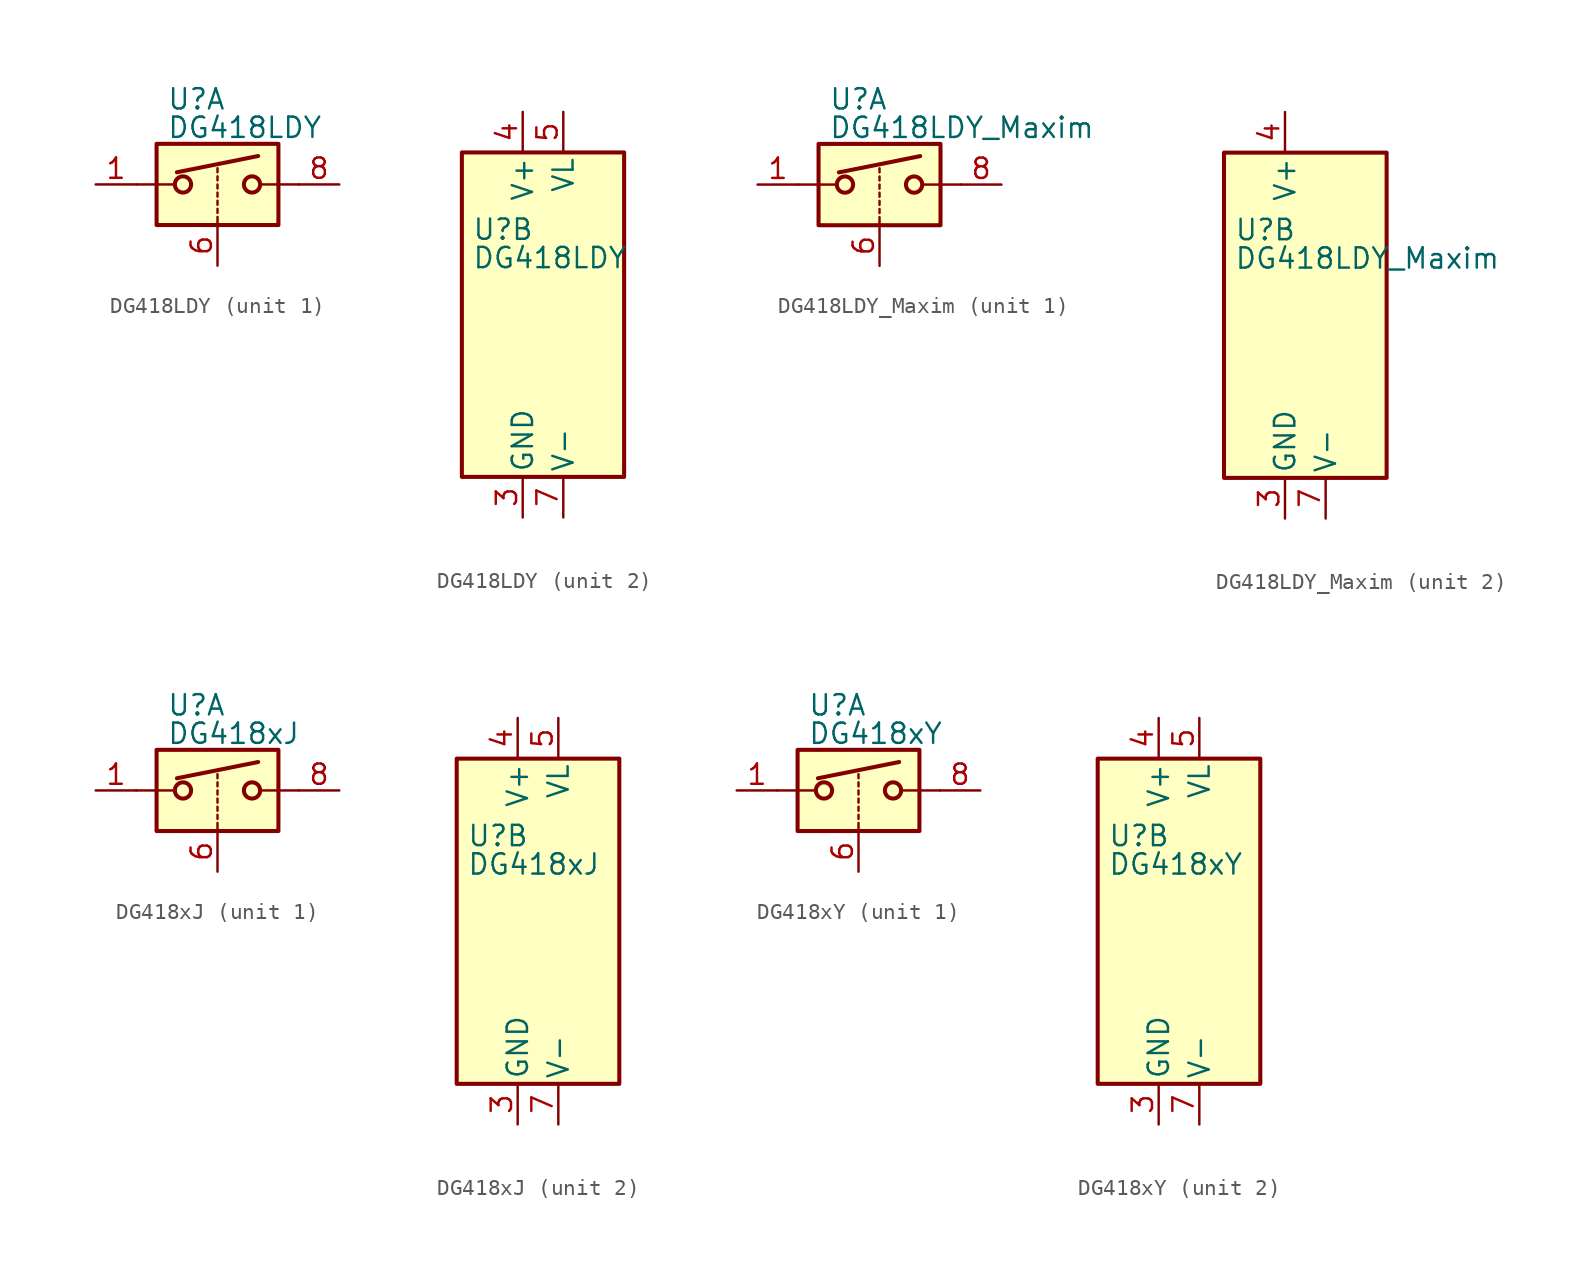
<source format=kicad_sym>
(kicad_symbol_lib
  (version 20201005)
  (generator kicad_symbol_editor)
  (symbol "DG418LDY"
    (pin_names
      (offset 0.254))
    (property "Reference" "U"
      (at -3.175 5.334 0)
      (effects (font (size 1.27 1.27)) (justify left)))
    (property "Value" "DG418LDY"
      (at -3.175 3.556 0)
      (effects (font (size 1.27 1.27)) (justify left)))
    (symbol "DG418LDY_1_1"
      (circle (center -2.159 0) (radius 0.508) (stroke (width 0.254)) (fill (type none)))
      (circle (center 2.159 0) (radius 0.508) (stroke (width 0.254)) (fill (type none)))
      (rectangle (start -3.81 2.54) (end 3.81 -2.54) (stroke (width 0.254)) (fill (type background)))
      (polyline (pts (xy -5.08 0) (xy -2.794 0)) (stroke (width 0)) (fill (type none)))
      (polyline (pts (xy -2.54 0.762) (xy 2.54 1.778)) (stroke (width 0.254)) (fill (type none)))
      (polyline (pts (xy 0 -2.54) (xy 0 -2.032)) (stroke (width 0)) (fill (type none)))
      (polyline (pts (xy 0 -1.778) (xy 0 -1.524)) (stroke (width 0)) (fill (type none)))
      (polyline (pts (xy 0 -1.27) (xy 0 -1.016)) (stroke (width 0)) (fill (type none)))
      (polyline (pts (xy 0 -0.762) (xy 0 -0.508)) (stroke (width 0)) (fill (type none)))
      (polyline (pts (xy 0 -0.254) (xy 0 0)) (stroke (width 0)) (fill (type none)))
      (polyline (pts (xy 0 0.254) (xy 0 0.508)) (stroke (width 0)) (fill (type none)))
      (polyline (pts (xy 0 0.762) (xy 0 1.016)) (stroke (width 0)) (fill (type none)))
      (polyline (pts (xy 5.08 0) (xy 2.794 0)) (stroke (width 0)) (fill (type none)))
      (pin passive line (at -7.62 0 0) (length 2.54) (name "~" (effects (font (size 1.27 1.27)))) (number "1" (effects (font (size 1.27 1.27)))))
      (pin input line (at 0 -5.08 90) (length 2.54) (name "~" (effects (font (size 1.27 1.27)))) (number "6" (effects (font (size 1.27 1.27)))))
      (pin passive line (at 7.62 0 180) (length 2.54) (name "~" (effects (font (size 1.27 1.27)))) (number "8" (effects (font (size 1.27 1.27))))))
    (symbol "DG418LDY_2_0"
      (pin no_connect line (at -2.54 10.16 270) (length 2.54) hide (name "NC" (effects (font (size 1.27 1.27)))) (number "2" (effects (font (size 1.27 1.27)))))
      (pin power_in line (at 0 -12.7 90) (length 2.54) (name "GND" (effects (font (size 1.27 1.27)))) (number "3" (effects (font (size 1.27 1.27)))))
      (pin power_in line (at 0 12.7 270) (length 2.54) (name "V+" (effects (font (size 1.27 1.27)))) (number "4" (effects (font (size 1.27 1.27)))))
      (pin power_in line (at 2.54 12.7 270) (length 2.54) (name "VL" (effects (font (size 1.27 1.27)))) (number "5" (effects (font (size 1.27 1.27)))))
      (pin power_in line (at 2.54 -12.7 90) (length 2.54) (name "V-" (effects (font (size 1.27 1.27)))) (number "7" (effects (font (size 1.27 1.27))))))
    (symbol "DG418LDY_2_1"
      (rectangle (start -3.81 10.16) (end 6.35 -10.16) (stroke (width 0.254)) (fill (type background)))))
  (symbol "DG418LDY_Maxim"
    (pin_names
      (offset 0.254))
    (property "Reference" "U"
      (at -3.175 5.334 0)
      (effects (font (size 1.27 1.27)) (justify left)))
    (property "Value" "DG418LDY_Maxim"
      (at -3.175 3.556 0)
      (effects (font (size 1.27 1.27)) (justify left)))
    (symbol "DG418LDY_Maxim_1_1"
      (circle (center -2.159 0) (radius 0.508) (stroke (width 0.254)) (fill (type none)))
      (circle (center 2.159 0) (radius 0.508) (stroke (width 0.254)) (fill (type none)))
      (rectangle (start -3.81 2.54) (end 3.81 -2.54) (stroke (width 0.254)) (fill (type background)))
      (polyline (pts (xy -5.08 0) (xy -2.794 0)) (stroke (width 0)) (fill (type none)))
      (polyline (pts (xy -2.54 0.762) (xy 2.54 1.778)) (stroke (width 0.254)) (fill (type none)))
      (polyline (pts (xy 0 -2.54) (xy 0 -2.032)) (stroke (width 0)) (fill (type none)))
      (polyline (pts (xy 0 -1.778) (xy 0 -1.524)) (stroke (width 0)) (fill (type none)))
      (polyline (pts (xy 0 -1.27) (xy 0 -1.016)) (stroke (width 0)) (fill (type none)))
      (polyline (pts (xy 0 -0.762) (xy 0 -0.508)) (stroke (width 0)) (fill (type none)))
      (polyline (pts (xy 0 -0.254) (xy 0 0)) (stroke (width 0)) (fill (type none)))
      (polyline (pts (xy 0 0.254) (xy 0 0.508)) (stroke (width 0)) (fill (type none)))
      (polyline (pts (xy 0 0.762) (xy 0 1.016)) (stroke (width 0)) (fill (type none)))
      (polyline (pts (xy 5.08 0) (xy 2.794 0)) (stroke (width 0)) (fill (type none)))
      (pin passive line (at -7.62 0 0) (length 2.54) (name "~" (effects (font (size 1.27 1.27)))) (number "1" (effects (font (size 1.27 1.27)))))
      (pin input line (at 0 -5.08 90) (length 2.54) (name "~" (effects (font (size 1.27 1.27)))) (number "6" (effects (font (size 1.27 1.27)))))
      (pin passive line (at 7.62 0 180) (length 2.54) (name "~" (effects (font (size 1.27 1.27)))) (number "8" (effects (font (size 1.27 1.27))))))
    (symbol "DG418LDY_Maxim_2_0"
      (pin no_connect line (at -2.54 10.16 270) (length 2.54) hide (name "NC" (effects (font (size 1.27 1.27)))) (number "2" (effects (font (size 1.27 1.27)))))
      (pin power_in line (at 0 -12.7 90) (length 2.54) (name "GND" (effects (font (size 1.27 1.27)))) (number "3" (effects (font (size 1.27 1.27)))))
      (pin power_in line (at 0 12.7 270) (length 2.54) (name "V+" (effects (font (size 1.27 1.27)))) (number "4" (effects (font (size 1.27 1.27)))))
      (pin no_connect line (at 2.54 10.16 270) (length 2.54) hide (name "NC" (effects (font (size 1.27 1.27)))) (number "5" (effects (font (size 1.27 1.27)))))
      (pin power_in line (at 2.54 -12.7 90) (length 2.54) (name "V-" (effects (font (size 1.27 1.27)))) (number "7" (effects (font (size 1.27 1.27))))))
    (symbol "DG418LDY_Maxim_2_1"
      (rectangle (start -3.81 10.16) (end 6.35 -10.16) (stroke (width 0.254)) (fill (type background)))))
  (symbol "DG418xJ"
    (pin_names
      (offset 0.254))
    (property "Reference" "U"
      (at -3.175 5.334 0)
      (effects (font (size 1.27 1.27)) (justify left)))
    (property "Value" "DG418xJ"
      (at -3.175 3.556 0)
      (effects (font (size 1.27 1.27)) (justify left)))
    (symbol "DG418xJ_1_1"
      (circle (center -2.159 0) (radius 0.508) (stroke (width 0.254)) (fill (type none)))
      (circle (center 2.159 0) (radius 0.508) (stroke (width 0.254)) (fill (type none)))
      (rectangle (start -3.81 2.54) (end 3.81 -2.54) (stroke (width 0.254)) (fill (type background)))
      (polyline (pts (xy -5.08 0) (xy -2.794 0)) (stroke (width 0)) (fill (type none)))
      (polyline (pts (xy -2.54 0.762) (xy 2.54 1.778)) (stroke (width 0.254)) (fill (type none)))
      (polyline (pts (xy 0 -2.54) (xy 0 -2.032)) (stroke (width 0)) (fill (type none)))
      (polyline (pts (xy 0 -1.778) (xy 0 -1.524)) (stroke (width 0)) (fill (type none)))
      (polyline (pts (xy 0 -1.27) (xy 0 -1.016)) (stroke (width 0)) (fill (type none)))
      (polyline (pts (xy 0 -0.762) (xy 0 -0.508)) (stroke (width 0)) (fill (type none)))
      (polyline (pts (xy 0 -0.254) (xy 0 0)) (stroke (width 0)) (fill (type none)))
      (polyline (pts (xy 0 0.254) (xy 0 0.508)) (stroke (width 0)) (fill (type none)))
      (polyline (pts (xy 0 0.762) (xy 0 1.016)) (stroke (width 0)) (fill (type none)))
      (polyline (pts (xy 5.08 0) (xy 2.794 0)) (stroke (width 0)) (fill (type none)))
      (pin passive line (at -7.62 0 0) (length 2.54) (name "~" (effects (font (size 1.27 1.27)))) (number "1" (effects (font (size 1.27 1.27)))))
      (pin input line (at 0 -5.08 90) (length 2.54) (name "~" (effects (font (size 1.27 1.27)))) (number "6" (effects (font (size 1.27 1.27)))))
      (pin passive line (at 7.62 0 180) (length 2.54) (name "~" (effects (font (size 1.27 1.27)))) (number "8" (effects (font (size 1.27 1.27))))))
    (symbol "DG418xJ_2_0"
      (pin no_connect line (at -2.54 10.16 270) (length 2.54) hide (name "NC" (effects (font (size 1.27 1.27)))) (number "2" (effects (font (size 1.27 1.27)))))
      (pin power_in line (at 0 -12.7 90) (length 2.54) (name "GND" (effects (font (size 1.27 1.27)))) (number "3" (effects (font (size 1.27 1.27)))))
      (pin power_in line (at 0 12.7 270) (length 2.54) (name "V+" (effects (font (size 1.27 1.27)))) (number "4" (effects (font (size 1.27 1.27)))))
      (pin power_in line (at 2.54 12.7 270) (length 2.54) (name "VL" (effects (font (size 1.27 1.27)))) (number "5" (effects (font (size 1.27 1.27)))))
      (pin power_in line (at 2.54 -12.7 90) (length 2.54) (name "V-" (effects (font (size 1.27 1.27)))) (number "7" (effects (font (size 1.27 1.27))))))
    (symbol "DG418xJ_2_1"
      (rectangle (start -3.81 10.16) (end 6.35 -10.16) (stroke (width 0.254)) (fill (type background)))))
  (symbol "DG418xY"
    (pin_names
      (offset 0.254))
    (property "Reference" "U"
      (at -3.175 5.334 0)
      (effects (font (size 1.27 1.27)) (justify left)))
    (property "Value" "DG418xY"
      (at -3.175 3.556 0)
      (effects (font (size 1.27 1.27)) (justify left)))
    (symbol "DG418xY_1_1"
      (circle (center -2.159 0) (radius 0.508) (stroke (width 0.254)) (fill (type none)))
      (circle (center 2.159 0) (radius 0.508) (stroke (width 0.254)) (fill (type none)))
      (rectangle (start -3.81 2.54) (end 3.81 -2.54) (stroke (width 0.254)) (fill (type background)))
      (polyline (pts (xy -5.08 0) (xy -2.794 0)) (stroke (width 0)) (fill (type none)))
      (polyline (pts (xy -2.54 0.762) (xy 2.54 1.778)) (stroke (width 0.254)) (fill (type none)))
      (polyline (pts (xy 0 -2.54) (xy 0 -2.032)) (stroke (width 0)) (fill (type none)))
      (polyline (pts (xy 0 -1.778) (xy 0 -1.524)) (stroke (width 0)) (fill (type none)))
      (polyline (pts (xy 0 -1.27) (xy 0 -1.016)) (stroke (width 0)) (fill (type none)))
      (polyline (pts (xy 0 -0.762) (xy 0 -0.508)) (stroke (width 0)) (fill (type none)))
      (polyline (pts (xy 0 -0.254) (xy 0 0)) (stroke (width 0)) (fill (type none)))
      (polyline (pts (xy 0 0.254) (xy 0 0.508)) (stroke (width 0)) (fill (type none)))
      (polyline (pts (xy 0 0.762) (xy 0 1.016)) (stroke (width 0)) (fill (type none)))
      (polyline (pts (xy 5.08 0) (xy 2.794 0)) (stroke (width 0)) (fill (type none)))
      (pin passive line (at -7.62 0 0) (length 2.54) (name "~" (effects (font (size 1.27 1.27)))) (number "1" (effects (font (size 1.27 1.27)))))
      (pin input line (at 0 -5.08 90) (length 2.54) (name "~" (effects (font (size 1.27 1.27)))) (number "6" (effects (font (size 1.27 1.27)))))
      (pin passive line (at 7.62 0 180) (length 2.54) (name "~" (effects (font (size 1.27 1.27)))) (number "8" (effects (font (size 1.27 1.27))))))
    (symbol "DG418xY_2_0"
      (pin no_connect line (at -2.54 10.16 270) (length 2.54) hide (name "NC" (effects (font (size 1.27 1.27)))) (number "2" (effects (font (size 1.27 1.27)))))
      (pin power_in line (at 0 -12.7 90) (length 2.54) (name "GND" (effects (font (size 1.27 1.27)))) (number "3" (effects (font (size 1.27 1.27)))))
      (pin power_in line (at 0 12.7 270) (length 2.54) (name "V+" (effects (font (size 1.27 1.27)))) (number "4" (effects (font (size 1.27 1.27)))))
      (pin power_in line (at 2.54 12.7 270) (length 2.54) (name "VL" (effects (font (size 1.27 1.27)))) (number "5" (effects (font (size 1.27 1.27)))))
      (pin power_in line (at 2.54 -12.7 90) (length 2.54) (name "V-" (effects (font (size 1.27 1.27)))) (number "7" (effects (font (size 1.27 1.27))))))
    (symbol "DG418xY_2_1"
      (rectangle (start -3.81 10.16) (end 6.35 -10.16) (stroke (width 0.254)) (fill (type background))))))
</source>
